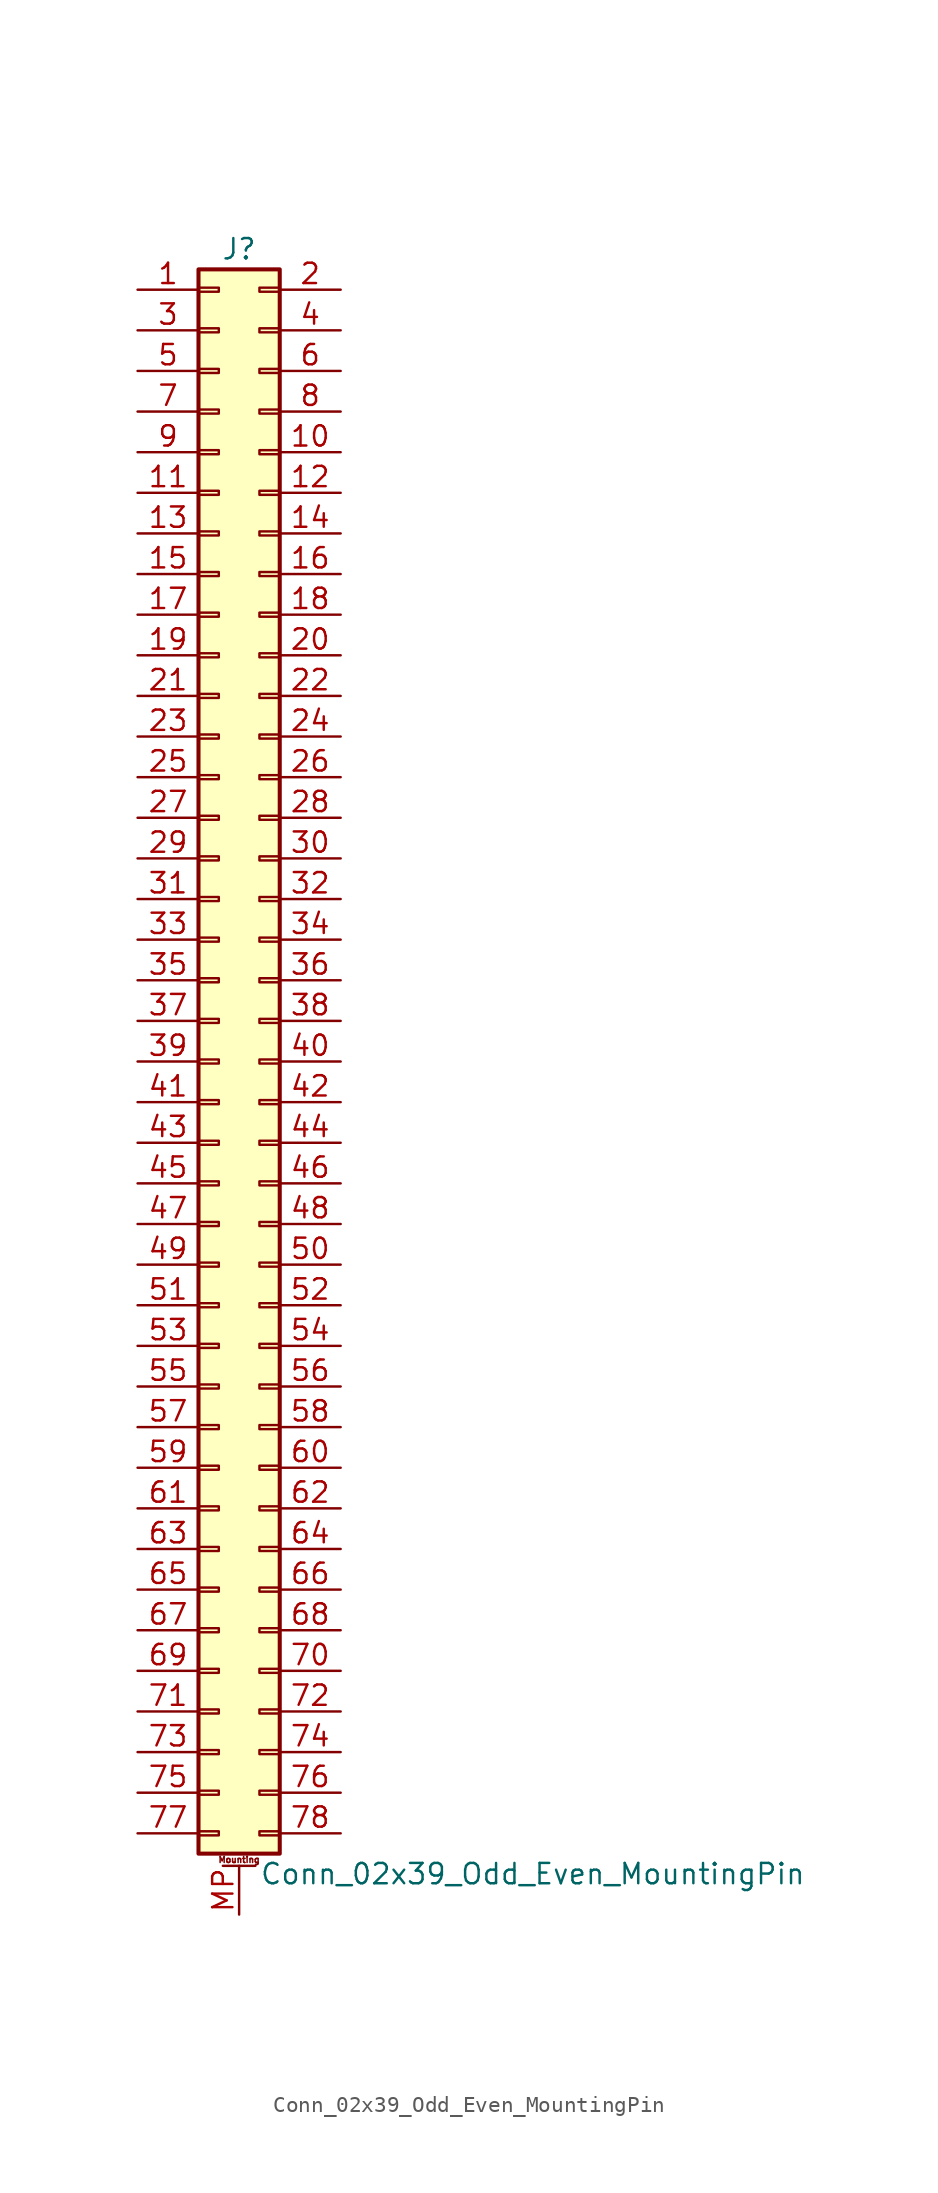
<source format=kicad_sym>
(kicad_symbol_lib
  (version 20211014)
  (generator kicad_symbol_editor)
  (symbol "Conn_02x39_Odd_Even_MountingPin"
    (pin_names
      (offset 1.016) hide)
    (property "Reference" "J"
      (at 1.27 50.8 0)
      (effects (font (size 1.27 1.27))))
    (property "Value" "Conn_02x39_Odd_Even_MountingPin"
      (at 2.54 -50.8 0)
      (effects (font (size 1.27 1.27)) (justify left)))
    (symbol "Conn_02x39_Odd_Even_MountingPin_1_1"
      (rectangle (start -1.27 -48.133) (end 0 -48.387) (stroke (width 0.152) (type default) (color 0 0 0 0)) (fill (type none)))
      (rectangle (start -1.27 -45.593) (end 0 -45.847) (stroke (width 0.152) (type default) (color 0 0 0 0)) (fill (type none)))
      (rectangle (start -1.27 -43.053) (end 0 -43.307) (stroke (width 0.152) (type default) (color 0 0 0 0)) (fill (type none)))
      (rectangle (start -1.27 -40.513) (end 0 -40.767) (stroke (width 0.152) (type default) (color 0 0 0 0)) (fill (type none)))
      (rectangle (start -1.27 -37.973) (end 0 -38.227) (stroke (width 0.152) (type default) (color 0 0 0 0)) (fill (type none)))
      (rectangle (start -1.27 -35.433) (end 0 -35.687) (stroke (width 0.152) (type default) (color 0 0 0 0)) (fill (type none)))
      (rectangle (start -1.27 -32.893) (end 0 -33.147) (stroke (width 0.152) (type default) (color 0 0 0 0)) (fill (type none)))
      (rectangle (start -1.27 -30.353) (end 0 -30.607) (stroke (width 0.152) (type default) (color 0 0 0 0)) (fill (type none)))
      (rectangle (start -1.27 -27.813) (end 0 -28.067) (stroke (width 0.152) (type default) (color 0 0 0 0)) (fill (type none)))
      (rectangle (start -1.27 -25.273) (end 0 -25.527) (stroke (width 0.152) (type default) (color 0 0 0 0)) (fill (type none)))
      (rectangle (start -1.27 -22.733) (end 0 -22.987) (stroke (width 0.152) (type default) (color 0 0 0 0)) (fill (type none)))
      (rectangle (start -1.27 -20.193) (end 0 -20.447) (stroke (width 0.152) (type default) (color 0 0 0 0)) (fill (type none)))
      (rectangle (start -1.27 -17.653) (end 0 -17.907) (stroke (width 0.152) (type default) (color 0 0 0 0)) (fill (type none)))
      (rectangle (start -1.27 -15.113) (end 0 -15.367) (stroke (width 0.152) (type default) (color 0 0 0 0)) (fill (type none)))
      (rectangle (start -1.27 -12.573) (end 0 -12.827) (stroke (width 0.152) (type default) (color 0 0 0 0)) (fill (type none)))
      (rectangle (start -1.27 -10.033) (end 0 -10.287) (stroke (width 0.152) (type default) (color 0 0 0 0)) (fill (type none)))
      (rectangle (start -1.27 -7.493) (end 0 -7.747) (stroke (width 0.152) (type default) (color 0 0 0 0)) (fill (type none)))
      (rectangle (start -1.27 -4.953) (end 0 -5.207) (stroke (width 0.152) (type default) (color 0 0 0 0)) (fill (type none)))
      (rectangle (start -1.27 -2.413) (end 0 -2.667) (stroke (width 0.152) (type default) (color 0 0 0 0)) (fill (type none)))
      (rectangle (start -1.27 0.127) (end 0 -0.127) (stroke (width 0.152) (type default) (color 0 0 0 0)) (fill (type none)))
      (rectangle (start -1.27 2.667) (end 0 2.413) (stroke (width 0.152) (type default) (color 0 0 0 0)) (fill (type none)))
      (rectangle (start -1.27 5.207) (end 0 4.953) (stroke (width 0.152) (type default) (color 0 0 0 0)) (fill (type none)))
      (rectangle (start -1.27 7.747) (end 0 7.493) (stroke (width 0.152) (type default) (color 0 0 0 0)) (fill (type none)))
      (rectangle (start -1.27 10.287) (end 0 10.033) (stroke (width 0.152) (type default) (color 0 0 0 0)) (fill (type none)))
      (rectangle (start -1.27 12.827) (end 0 12.573) (stroke (width 0.152) (type default) (color 0 0 0 0)) (fill (type none)))
      (rectangle (start -1.27 15.367) (end 0 15.113) (stroke (width 0.152) (type default) (color 0 0 0 0)) (fill (type none)))
      (rectangle (start -1.27 17.907) (end 0 17.653) (stroke (width 0.152) (type default) (color 0 0 0 0)) (fill (type none)))
      (rectangle (start -1.27 20.447) (end 0 20.193) (stroke (width 0.152) (type default) (color 0 0 0 0)) (fill (type none)))
      (rectangle (start -1.27 22.987) (end 0 22.733) (stroke (width 0.152) (type default) (color 0 0 0 0)) (fill (type none)))
      (rectangle (start -1.27 25.527) (end 0 25.273) (stroke (width 0.152) (type default) (color 0 0 0 0)) (fill (type none)))
      (rectangle (start -1.27 28.067) (end 0 27.813) (stroke (width 0.152) (type default) (color 0 0 0 0)) (fill (type none)))
      (rectangle (start -1.27 30.607) (end 0 30.353) (stroke (width 0.152) (type default) (color 0 0 0 0)) (fill (type none)))
      (rectangle (start -1.27 33.147) (end 0 32.893) (stroke (width 0.152) (type default) (color 0 0 0 0)) (fill (type none)))
      (rectangle (start -1.27 35.687) (end 0 35.433) (stroke (width 0.152) (type default) (color 0 0 0 0)) (fill (type none)))
      (rectangle (start -1.27 38.227) (end 0 37.973) (stroke (width 0.152) (type default) (color 0 0 0 0)) (fill (type none)))
      (rectangle (start -1.27 40.767) (end 0 40.513) (stroke (width 0.152) (type default) (color 0 0 0 0)) (fill (type none)))
      (rectangle (start -1.27 43.307) (end 0 43.053) (stroke (width 0.152) (type default) (color 0 0 0 0)) (fill (type none)))
      (rectangle (start -1.27 45.847) (end 0 45.593) (stroke (width 0.152) (type default) (color 0 0 0 0)) (fill (type none)))
      (rectangle (start -1.27 48.387) (end 0 48.133) (stroke (width 0.152) (type default) (color 0 0 0 0)) (fill (type none)))
      (rectangle (start -1.27 49.53) (end 3.81 -49.53) (stroke (width 0.254) (type default) (color 0 0 0 0)) (fill (type background)))
      (polyline (pts (xy 0.254 -50.292) (xy 2.286 -50.292)) (stroke (width 0.152) (type default) (color 0 0 0 0)) (fill (type none)))
      (rectangle (start 3.81 -48.133) (end 2.54 -48.387) (stroke (width 0.152) (type default) (color 0 0 0 0)) (fill (type none)))
      (rectangle (start 3.81 -45.593) (end 2.54 -45.847) (stroke (width 0.152) (type default) (color 0 0 0 0)) (fill (type none)))
      (rectangle (start 3.81 -43.053) (end 2.54 -43.307) (stroke (width 0.152) (type default) (color 0 0 0 0)) (fill (type none)))
      (rectangle (start 3.81 -40.513) (end 2.54 -40.767) (stroke (width 0.152) (type default) (color 0 0 0 0)) (fill (type none)))
      (rectangle (start 3.81 -37.973) (end 2.54 -38.227) (stroke (width 0.152) (type default) (color 0 0 0 0)) (fill (type none)))
      (rectangle (start 3.81 -35.433) (end 2.54 -35.687) (stroke (width 0.152) (type default) (color 0 0 0 0)) (fill (type none)))
      (rectangle (start 3.81 -32.893) (end 2.54 -33.147) (stroke (width 0.152) (type default) (color 0 0 0 0)) (fill (type none)))
      (rectangle (start 3.81 -30.353) (end 2.54 -30.607) (stroke (width 0.152) (type default) (color 0 0 0 0)) (fill (type none)))
      (rectangle (start 3.81 -27.813) (end 2.54 -28.067) (stroke (width 0.152) (type default) (color 0 0 0 0)) (fill (type none)))
      (rectangle (start 3.81 -25.273) (end 2.54 -25.527) (stroke (width 0.152) (type default) (color 0 0 0 0)) (fill (type none)))
      (rectangle (start 3.81 -22.733) (end 2.54 -22.987) (stroke (width 0.152) (type default) (color 0 0 0 0)) (fill (type none)))
      (rectangle (start 3.81 -20.193) (end 2.54 -20.447) (stroke (width 0.152) (type default) (color 0 0 0 0)) (fill (type none)))
      (rectangle (start 3.81 -17.653) (end 2.54 -17.907) (stroke (width 0.152) (type default) (color 0 0 0 0)) (fill (type none)))
      (rectangle (start 3.81 -15.113) (end 2.54 -15.367) (stroke (width 0.152) (type default) (color 0 0 0 0)) (fill (type none)))
      (rectangle (start 3.81 -12.573) (end 2.54 -12.827) (stroke (width 0.152) (type default) (color 0 0 0 0)) (fill (type none)))
      (rectangle (start 3.81 -10.033) (end 2.54 -10.287) (stroke (width 0.152) (type default) (color 0 0 0 0)) (fill (type none)))
      (rectangle (start 3.81 -7.493) (end 2.54 -7.747) (stroke (width 0.152) (type default) (color 0 0 0 0)) (fill (type none)))
      (rectangle (start 3.81 -4.953) (end 2.54 -5.207) (stroke (width 0.152) (type default) (color 0 0 0 0)) (fill (type none)))
      (rectangle (start 3.81 -2.413) (end 2.54 -2.667) (stroke (width 0.152) (type default) (color 0 0 0 0)) (fill (type none)))
      (rectangle (start 3.81 0.127) (end 2.54 -0.127) (stroke (width 0.152) (type default) (color 0 0 0 0)) (fill (type none)))
      (rectangle (start 3.81 2.667) (end 2.54 2.413) (stroke (width 0.152) (type default) (color 0 0 0 0)) (fill (type none)))
      (rectangle (start 3.81 5.207) (end 2.54 4.953) (stroke (width 0.152) (type default) (color 0 0 0 0)) (fill (type none)))
      (rectangle (start 3.81 7.747) (end 2.54 7.493) (stroke (width 0.152) (type default) (color 0 0 0 0)) (fill (type none)))
      (rectangle (start 3.81 10.287) (end 2.54 10.033) (stroke (width 0.152) (type default) (color 0 0 0 0)) (fill (type none)))
      (rectangle (start 3.81 12.827) (end 2.54 12.573) (stroke (width 0.152) (type default) (color 0 0 0 0)) (fill (type none)))
      (rectangle (start 3.81 15.367) (end 2.54 15.113) (stroke (width 0.152) (type default) (color 0 0 0 0)) (fill (type none)))
      (rectangle (start 3.81 17.907) (end 2.54 17.653) (stroke (width 0.152) (type default) (color 0 0 0 0)) (fill (type none)))
      (rectangle (start 3.81 20.447) (end 2.54 20.193) (stroke (width 0.152) (type default) (color 0 0 0 0)) (fill (type none)))
      (rectangle (start 3.81 22.987) (end 2.54 22.733) (stroke (width 0.152) (type default) (color 0 0 0 0)) (fill (type none)))
      (rectangle (start 3.81 25.527) (end 2.54 25.273) (stroke (width 0.152) (type default) (color 0 0 0 0)) (fill (type none)))
      (rectangle (start 3.81 28.067) (end 2.54 27.813) (stroke (width 0.152) (type default) (color 0 0 0 0)) (fill (type none)))
      (rectangle (start 3.81 30.607) (end 2.54 30.353) (stroke (width 0.152) (type default) (color 0 0 0 0)) (fill (type none)))
      (rectangle (start 3.81 33.147) (end 2.54 32.893) (stroke (width 0.152) (type default) (color 0 0 0 0)) (fill (type none)))
      (rectangle (start 3.81 35.687) (end 2.54 35.433) (stroke (width 0.152) (type default) (color 0 0 0 0)) (fill (type none)))
      (rectangle (start 3.81 38.227) (end 2.54 37.973) (stroke (width 0.152) (type default) (color 0 0 0 0)) (fill (type none)))
      (rectangle (start 3.81 40.767) (end 2.54 40.513) (stroke (width 0.152) (type default) (color 0 0 0 0)) (fill (type none)))
      (rectangle (start 3.81 43.307) (end 2.54 43.053) (stroke (width 0.152) (type default) (color 0 0 0 0)) (fill (type none)))
      (rectangle (start 3.81 45.847) (end 2.54 45.593) (stroke (width 0.152) (type default) (color 0 0 0 0)) (fill (type none)))
      (rectangle (start 3.81 48.387) (end 2.54 48.133) (stroke (width 0.152) (type default) (color 0 0 0 0)) (fill (type none)))
      (text "Mounting" (at 1.27 -49.911 0) (effects (font (size 0.381 0.381))))
      (pin passive line (at -5.08 48.26 0) (length 3.81) (name "Pin_1" (effects (font (size 1.27 1.27)))) (number "1" (effects (font (size 1.27 1.27)))))
      (pin passive line (at 7.62 38.1 180) (length 3.81) (name "Pin_10" (effects (font (size 1.27 1.27)))) (number "10" (effects (font (size 1.27 1.27)))))
      (pin passive line (at -5.08 35.56 0) (length 3.81) (name "Pin_11" (effects (font (size 1.27 1.27)))) (number "11" (effects (font (size 1.27 1.27)))))
      (pin passive line (at 7.62 35.56 180) (length 3.81) (name "Pin_12" (effects (font (size 1.27 1.27)))) (number "12" (effects (font (size 1.27 1.27)))))
      (pin passive line (at -5.08 33.02 0) (length 3.81) (name "Pin_13" (effects (font (size 1.27 1.27)))) (number "13" (effects (font (size 1.27 1.27)))))
      (pin passive line (at 7.62 33.02 180) (length 3.81) (name "Pin_14" (effects (font (size 1.27 1.27)))) (number "14" (effects (font (size 1.27 1.27)))))
      (pin passive line (at -5.08 30.48 0) (length 3.81) (name "Pin_15" (effects (font (size 1.27 1.27)))) (number "15" (effects (font (size 1.27 1.27)))))
      (pin passive line (at 7.62 30.48 180) (length 3.81) (name "Pin_16" (effects (font (size 1.27 1.27)))) (number "16" (effects (font (size 1.27 1.27)))))
      (pin passive line (at -5.08 27.94 0) (length 3.81) (name "Pin_17" (effects (font (size 1.27 1.27)))) (number "17" (effects (font (size 1.27 1.27)))))
      (pin passive line (at 7.62 27.94 180) (length 3.81) (name "Pin_18" (effects (font (size 1.27 1.27)))) (number "18" (effects (font (size 1.27 1.27)))))
      (pin passive line (at -5.08 25.4 0) (length 3.81) (name "Pin_19" (effects (font (size 1.27 1.27)))) (number "19" (effects (font (size 1.27 1.27)))))
      (pin passive line (at 7.62 48.26 180) (length 3.81) (name "Pin_2" (effects (font (size 1.27 1.27)))) (number "2" (effects (font (size 1.27 1.27)))))
      (pin passive line (at 7.62 25.4 180) (length 3.81) (name "Pin_20" (effects (font (size 1.27 1.27)))) (number "20" (effects (font (size 1.27 1.27)))))
      (pin passive line (at -5.08 22.86 0) (length 3.81) (name "Pin_21" (effects (font (size 1.27 1.27)))) (number "21" (effects (font (size 1.27 1.27)))))
      (pin passive line (at 7.62 22.86 180) (length 3.81) (name "Pin_22" (effects (font (size 1.27 1.27)))) (number "22" (effects (font (size 1.27 1.27)))))
      (pin passive line (at -5.08 20.32 0) (length 3.81) (name "Pin_23" (effects (font (size 1.27 1.27)))) (number "23" (effects (font (size 1.27 1.27)))))
      (pin passive line (at 7.62 20.32 180) (length 3.81) (name "Pin_24" (effects (font (size 1.27 1.27)))) (number "24" (effects (font (size 1.27 1.27)))))
      (pin passive line (at -5.08 17.78 0) (length 3.81) (name "Pin_25" (effects (font (size 1.27 1.27)))) (number "25" (effects (font (size 1.27 1.27)))))
      (pin passive line (at 7.62 17.78 180) (length 3.81) (name "Pin_26" (effects (font (size 1.27 1.27)))) (number "26" (effects (font (size 1.27 1.27)))))
      (pin passive line (at -5.08 15.24 0) (length 3.81) (name "Pin_27" (effects (font (size 1.27 1.27)))) (number "27" (effects (font (size 1.27 1.27)))))
      (pin passive line (at 7.62 15.24 180) (length 3.81) (name "Pin_28" (effects (font (size 1.27 1.27)))) (number "28" (effects (font (size 1.27 1.27)))))
      (pin passive line (at -5.08 12.7 0) (length 3.81) (name "Pin_29" (effects (font (size 1.27 1.27)))) (number "29" (effects (font (size 1.27 1.27)))))
      (pin passive line (at -5.08 45.72 0) (length 3.81) (name "Pin_3" (effects (font (size 1.27 1.27)))) (number "3" (effects (font (size 1.27 1.27)))))
      (pin passive line (at 7.62 12.7 180) (length 3.81) (name "Pin_30" (effects (font (size 1.27 1.27)))) (number "30" (effects (font (size 1.27 1.27)))))
      (pin passive line (at -5.08 10.16 0) (length 3.81) (name "Pin_31" (effects (font (size 1.27 1.27)))) (number "31" (effects (font (size 1.27 1.27)))))
      (pin passive line (at 7.62 10.16 180) (length 3.81) (name "Pin_32" (effects (font (size 1.27 1.27)))) (number "32" (effects (font (size 1.27 1.27)))))
      (pin passive line (at -5.08 7.62 0) (length 3.81) (name "Pin_33" (effects (font (size 1.27 1.27)))) (number "33" (effects (font (size 1.27 1.27)))))
      (pin passive line (at 7.62 7.62 180) (length 3.81) (name "Pin_34" (effects (font (size 1.27 1.27)))) (number "34" (effects (font (size 1.27 1.27)))))
      (pin passive line (at -5.08 5.08 0) (length 3.81) (name "Pin_35" (effects (font (size 1.27 1.27)))) (number "35" (effects (font (size 1.27 1.27)))))
      (pin passive line (at 7.62 5.08 180) (length 3.81) (name "Pin_36" (effects (font (size 1.27 1.27)))) (number "36" (effects (font (size 1.27 1.27)))))
      (pin passive line (at -5.08 2.54 0) (length 3.81) (name "Pin_37" (effects (font (size 1.27 1.27)))) (number "37" (effects (font (size 1.27 1.27)))))
      (pin passive line (at 7.62 2.54 180) (length 3.81) (name "Pin_38" (effects (font (size 1.27 1.27)))) (number "38" (effects (font (size 1.27 1.27)))))
      (pin passive line (at -5.08 0 0) (length 3.81) (name "Pin_39" (effects (font (size 1.27 1.27)))) (number "39" (effects (font (size 1.27 1.27)))))
      (pin passive line (at 7.62 45.72 180) (length 3.81) (name "Pin_4" (effects (font (size 1.27 1.27)))) (number "4" (effects (font (size 1.27 1.27)))))
      (pin passive line (at 7.62 0 180) (length 3.81) (name "Pin_40" (effects (font (size 1.27 1.27)))) (number "40" (effects (font (size 1.27 1.27)))))
      (pin passive line (at -5.08 -2.54 0) (length 3.81) (name "Pin_41" (effects (font (size 1.27 1.27)))) (number "41" (effects (font (size 1.27 1.27)))))
      (pin passive line (at 7.62 -2.54 180) (length 3.81) (name "Pin_42" (effects (font (size 1.27 1.27)))) (number "42" (effects (font (size 1.27 1.27)))))
      (pin passive line (at -5.08 -5.08 0) (length 3.81) (name "Pin_43" (effects (font (size 1.27 1.27)))) (number "43" (effects (font (size 1.27 1.27)))))
      (pin passive line (at 7.62 -5.08 180) (length 3.81) (name "Pin_44" (effects (font (size 1.27 1.27)))) (number "44" (effects (font (size 1.27 1.27)))))
      (pin passive line (at -5.08 -7.62 0) (length 3.81) (name "Pin_45" (effects (font (size 1.27 1.27)))) (number "45" (effects (font (size 1.27 1.27)))))
      (pin passive line (at 7.62 -7.62 180) (length 3.81) (name "Pin_46" (effects (font (size 1.27 1.27)))) (number "46" (effects (font (size 1.27 1.27)))))
      (pin passive line (at -5.08 -10.16 0) (length 3.81) (name "Pin_47" (effects (font (size 1.27 1.27)))) (number "47" (effects (font (size 1.27 1.27)))))
      (pin passive line (at 7.62 -10.16 180) (length 3.81) (name "Pin_48" (effects (font (size 1.27 1.27)))) (number "48" (effects (font (size 1.27 1.27)))))
      (pin passive line (at -5.08 -12.7 0) (length 3.81) (name "Pin_49" (effects (font (size 1.27 1.27)))) (number "49" (effects (font (size 1.27 1.27)))))
      (pin passive line (at -5.08 43.18 0) (length 3.81) (name "Pin_5" (effects (font (size 1.27 1.27)))) (number "5" (effects (font (size 1.27 1.27)))))
      (pin passive line (at 7.62 -12.7 180) (length 3.81) (name "Pin_50" (effects (font (size 1.27 1.27)))) (number "50" (effects (font (size 1.27 1.27)))))
      (pin passive line (at -5.08 -15.24 0) (length 3.81) (name "Pin_51" (effects (font (size 1.27 1.27)))) (number "51" (effects (font (size 1.27 1.27)))))
      (pin passive line (at 7.62 -15.24 180) (length 3.81) (name "Pin_52" (effects (font (size 1.27 1.27)))) (number "52" (effects (font (size 1.27 1.27)))))
      (pin passive line (at -5.08 -17.78 0) (length 3.81) (name "Pin_53" (effects (font (size 1.27 1.27)))) (number "53" (effects (font (size 1.27 1.27)))))
      (pin passive line (at 7.62 -17.78 180) (length 3.81) (name "Pin_54" (effects (font (size 1.27 1.27)))) (number "54" (effects (font (size 1.27 1.27)))))
      (pin passive line (at -5.08 -20.32 0) (length 3.81) (name "Pin_55" (effects (font (size 1.27 1.27)))) (number "55" (effects (font (size 1.27 1.27)))))
      (pin passive line (at 7.62 -20.32 180) (length 3.81) (name "Pin_56" (effects (font (size 1.27 1.27)))) (number "56" (effects (font (size 1.27 1.27)))))
      (pin passive line (at -5.08 -22.86 0) (length 3.81) (name "Pin_57" (effects (font (size 1.27 1.27)))) (number "57" (effects (font (size 1.27 1.27)))))
      (pin passive line (at 7.62 -22.86 180) (length 3.81) (name "Pin_58" (effects (font (size 1.27 1.27)))) (number "58" (effects (font (size 1.27 1.27)))))
      (pin passive line (at -5.08 -25.4 0) (length 3.81) (name "Pin_59" (effects (font (size 1.27 1.27)))) (number "59" (effects (font (size 1.27 1.27)))))
      (pin passive line (at 7.62 43.18 180) (length 3.81) (name "Pin_6" (effects (font (size 1.27 1.27)))) (number "6" (effects (font (size 1.27 1.27)))))
      (pin passive line (at 7.62 -25.4 180) (length 3.81) (name "Pin_60" (effects (font (size 1.27 1.27)))) (number "60" (effects (font (size 1.27 1.27)))))
      (pin passive line (at -5.08 -27.94 0) (length 3.81) (name "Pin_61" (effects (font (size 1.27 1.27)))) (number "61" (effects (font (size 1.27 1.27)))))
      (pin passive line (at 7.62 -27.94 180) (length 3.81) (name "Pin_62" (effects (font (size 1.27 1.27)))) (number "62" (effects (font (size 1.27 1.27)))))
      (pin passive line (at -5.08 -30.48 0) (length 3.81) (name "Pin_63" (effects (font (size 1.27 1.27)))) (number "63" (effects (font (size 1.27 1.27)))))
      (pin passive line (at 7.62 -30.48 180) (length 3.81) (name "Pin_64" (effects (font (size 1.27 1.27)))) (number "64" (effects (font (size 1.27 1.27)))))
      (pin passive line (at -5.08 -33.02 0) (length 3.81) (name "Pin_65" (effects (font (size 1.27 1.27)))) (number "65" (effects (font (size 1.27 1.27)))))
      (pin passive line (at 7.62 -33.02 180) (length 3.81) (name "Pin_66" (effects (font (size 1.27 1.27)))) (number "66" (effects (font (size 1.27 1.27)))))
      (pin passive line (at -5.08 -35.56 0) (length 3.81) (name "Pin_67" (effects (font (size 1.27 1.27)))) (number "67" (effects (font (size 1.27 1.27)))))
      (pin passive line (at 7.62 -35.56 180) (length 3.81) (name "Pin_68" (effects (font (size 1.27 1.27)))) (number "68" (effects (font (size 1.27 1.27)))))
      (pin passive line (at -5.08 -38.1 0) (length 3.81) (name "Pin_69" (effects (font (size 1.27 1.27)))) (number "69" (effects (font (size 1.27 1.27)))))
      (pin passive line (at -5.08 40.64 0) (length 3.81) (name "Pin_7" (effects (font (size 1.27 1.27)))) (number "7" (effects (font (size 1.27 1.27)))))
      (pin passive line (at 7.62 -38.1 180) (length 3.81) (name "Pin_70" (effects (font (size 1.27 1.27)))) (number "70" (effects (font (size 1.27 1.27)))))
      (pin passive line (at -5.08 -40.64 0) (length 3.81) (name "Pin_71" (effects (font (size 1.27 1.27)))) (number "71" (effects (font (size 1.27 1.27)))))
      (pin passive line (at 7.62 -40.64 180) (length 3.81) (name "Pin_72" (effects (font (size 1.27 1.27)))) (number "72" (effects (font (size 1.27 1.27)))))
      (pin passive line (at -5.08 -43.18 0) (length 3.81) (name "Pin_73" (effects (font (size 1.27 1.27)))) (number "73" (effects (font (size 1.27 1.27)))))
      (pin passive line (at 7.62 -43.18 180) (length 3.81) (name "Pin_74" (effects (font (size 1.27 1.27)))) (number "74" (effects (font (size 1.27 1.27)))))
      (pin passive line (at -5.08 -45.72 0) (length 3.81) (name "Pin_75" (effects (font (size 1.27 1.27)))) (number "75" (effects (font (size 1.27 1.27)))))
      (pin passive line (at 7.62 -45.72 180) (length 3.81) (name "Pin_76" (effects (font (size 1.27 1.27)))) (number "76" (effects (font (size 1.27 1.27)))))
      (pin passive line (at -5.08 -48.26 0) (length 3.81) (name "Pin_77" (effects (font (size 1.27 1.27)))) (number "77" (effects (font (size 1.27 1.27)))))
      (pin passive line (at 7.62 -48.26 180) (length 3.81) (name "Pin_78" (effects (font (size 1.27 1.27)))) (number "78" (effects (font (size 1.27 1.27)))))
      (pin passive line (at 7.62 40.64 180) (length 3.81) (name "Pin_8" (effects (font (size 1.27 1.27)))) (number "8" (effects (font (size 1.27 1.27)))))
      (pin passive line (at -5.08 38.1 0) (length 3.81) (name "Pin_9" (effects (font (size 1.27 1.27)))) (number "9" (effects (font (size 1.27 1.27)))))
      (pin passive line (at 1.27 -53.34 90) (length 3.048) (name "MountPin" (effects (font (size 1.27 1.27)))) (number "MP" (effects (font (size 1.27 1.27))))))))
</source>
